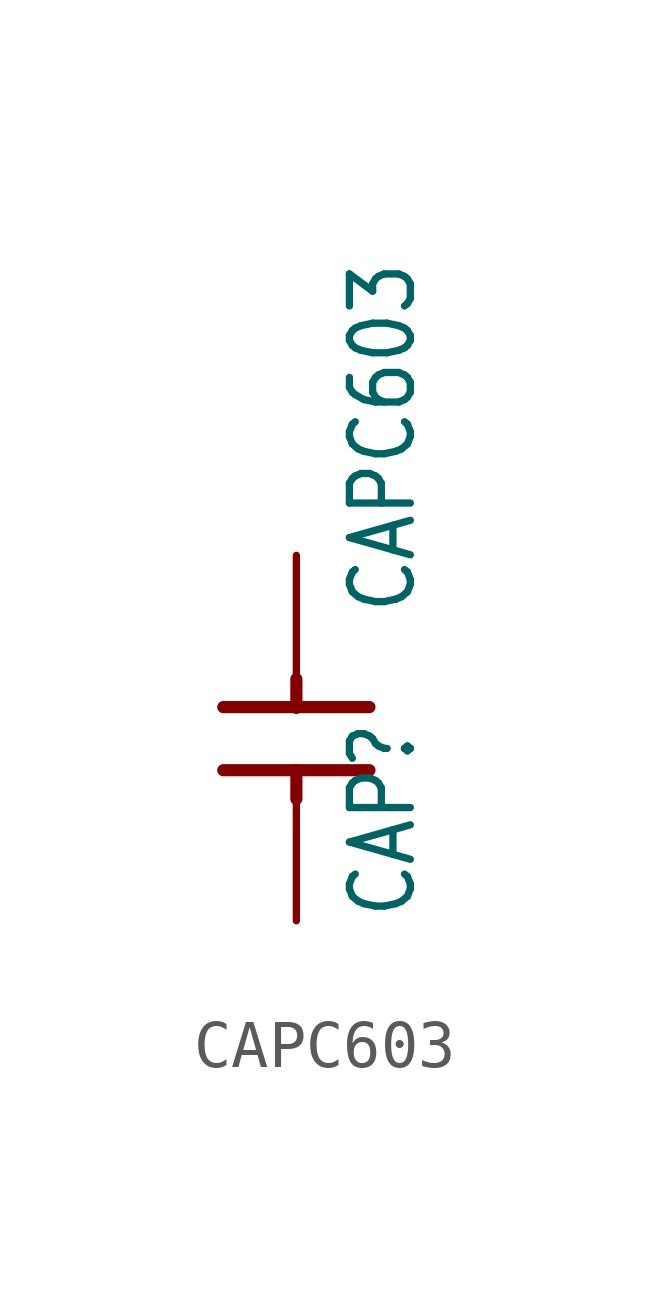
<source format=kicad_sym>
(kicad_symbol_lib
  (version 20211014)
  (generator kicad_symbol_editor)
  (symbol "CAPC603"
    (property "Reference" "CAP"
      (at 2.54 -2.54 90)
      (effects (font (size 1.27 1.079)) (justify left bottom)))
    (property "Value" "CAPC603"
      (at 2.54 3.81 90)
      (effects (font (size 1.27 1.079)) (justify left bottom)))
    (property "ki_locked" ""
      (at 0 0 0)
      (effects (font (size 1.27 1.27))))
    (symbol "CAPC603_1_0"
      (polyline (pts (xy -1.524 0.6) (xy 0 0.6)) (stroke (width 0.254) (type default) (color 0 0 0 0)) (fill (type none)))
      (polyline (pts (xy -1.524 1.916) (xy 1.524 1.916)) (stroke (width 0.254) (type default) (color 0 0 0 0)) (fill (type none)))
      (polyline (pts (xy 0 0) (xy 0 0.6)) (stroke (width 0.254) (type default) (color 0 0 0 0)) (fill (type none)))
      (polyline (pts (xy 0 0.6) (xy 1.524 0.6)) (stroke (width 0.254) (type default) (color 0 0 0 0)) (fill (type none)))
      (polyline (pts (xy 0 2.5) (xy 0 1.9)) (stroke (width 0.254) (type default) (color 0 0 0 0)) (fill (type none)))
      (pin bidirectional line (at 0 5.08 270) (length 2.54) (name "1" (effects (font (size 0 0)))) (number "1" (effects (font (size 0 0)))))
      (pin bidirectional line (at 0 -2.54 90) (length 2.54) (name "2" (effects (font (size 0 0)))) (number "2" (effects (font (size 0 0))))))))
</source>
